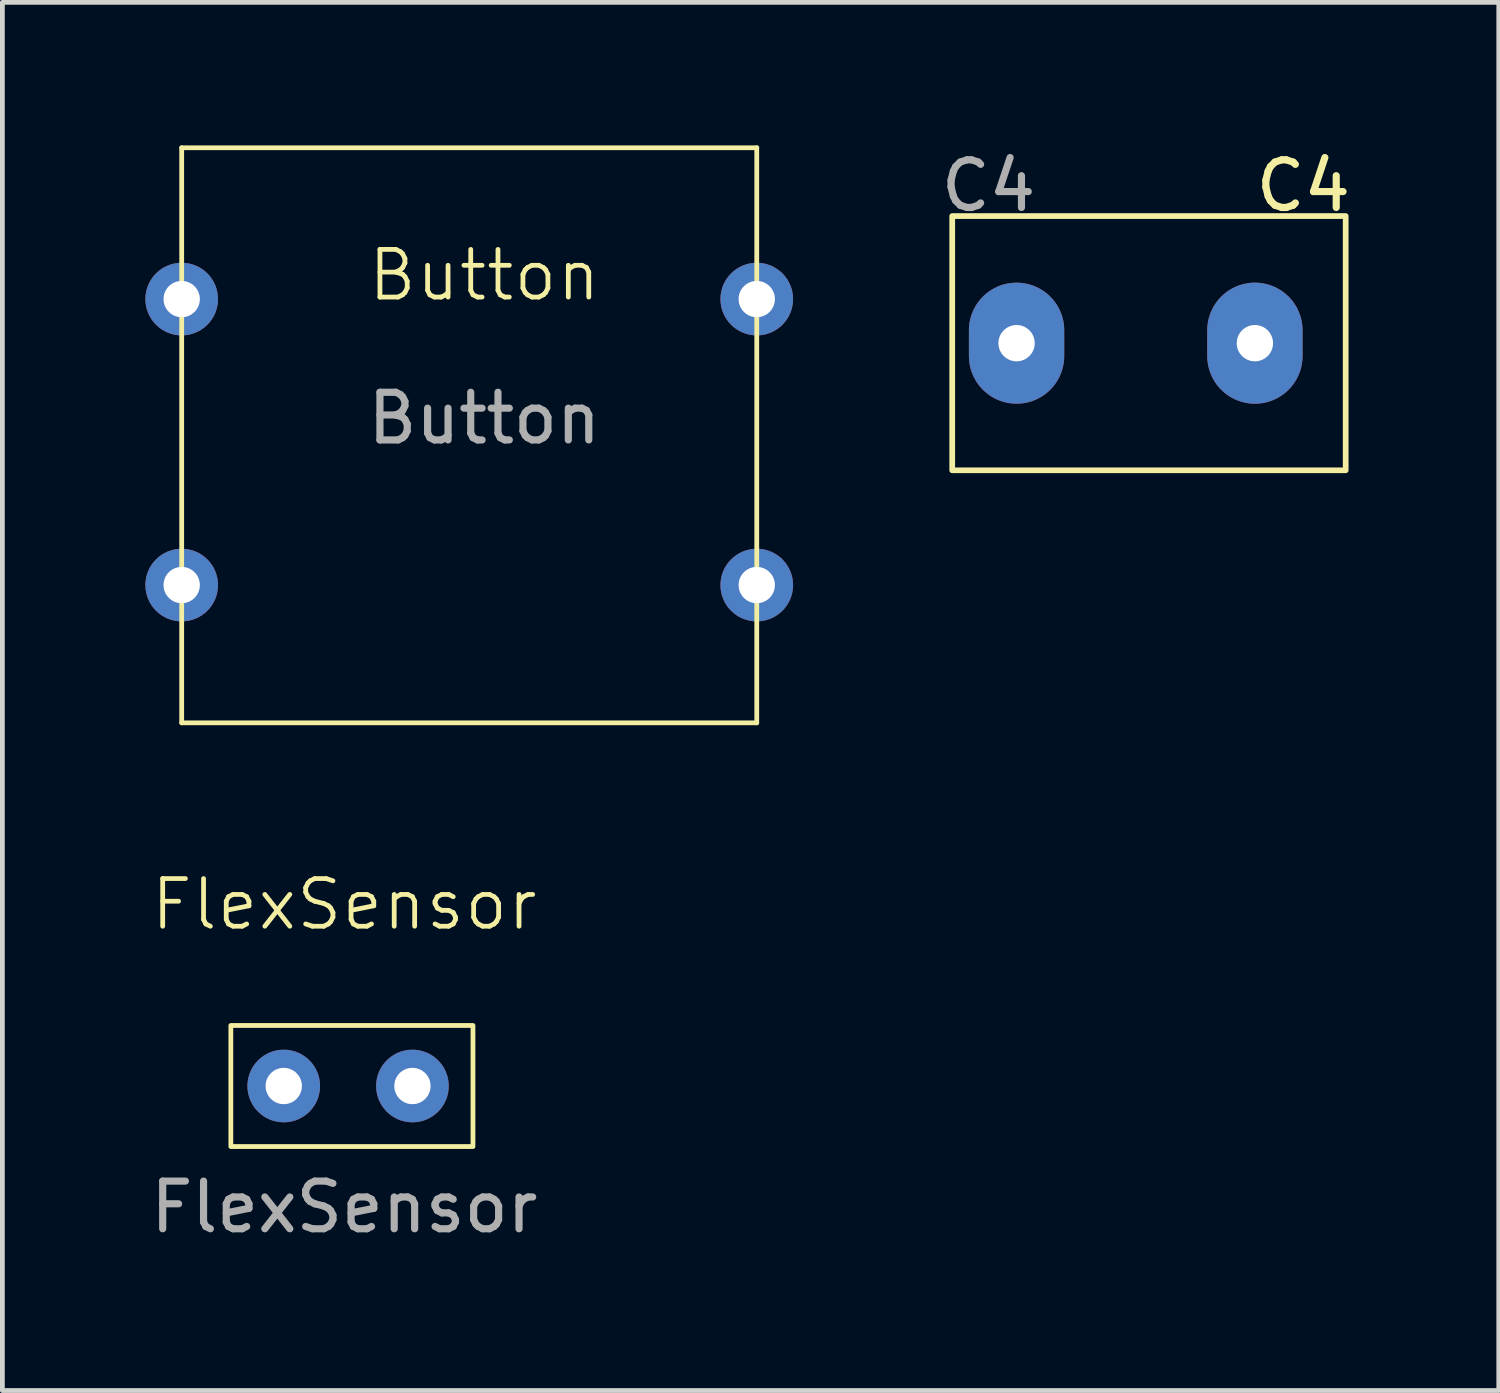
<source format=kicad_pcb>
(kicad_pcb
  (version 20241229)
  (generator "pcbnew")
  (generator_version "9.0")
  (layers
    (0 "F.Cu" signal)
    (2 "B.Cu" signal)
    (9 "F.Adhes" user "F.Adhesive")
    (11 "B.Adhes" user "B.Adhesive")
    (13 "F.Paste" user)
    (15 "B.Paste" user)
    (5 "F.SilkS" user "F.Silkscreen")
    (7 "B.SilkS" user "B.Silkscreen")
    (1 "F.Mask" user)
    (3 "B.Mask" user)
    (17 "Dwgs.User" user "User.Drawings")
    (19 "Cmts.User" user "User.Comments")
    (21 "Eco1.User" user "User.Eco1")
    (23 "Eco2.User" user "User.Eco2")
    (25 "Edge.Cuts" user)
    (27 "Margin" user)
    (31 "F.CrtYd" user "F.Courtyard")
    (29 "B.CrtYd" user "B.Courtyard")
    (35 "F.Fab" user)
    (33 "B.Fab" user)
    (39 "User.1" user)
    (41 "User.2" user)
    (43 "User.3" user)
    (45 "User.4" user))
  (footprint "C4"
    (layer "F.Cu")
    (at 20.738 1.61)
    (property "Reference" "C4" (at 3.556 -0.762 0) (unlocked yes) (layer "F.SilkS") (effects (font (size 1 1) (thickness 0.15))))
    (attr through_hole)
    (fp_rect (start -3.81 -0.127) (end 4.445 5.207) (stroke (width 0.12) (type solid)) (fill no) (layer "F.SilkS"))
    (fp_text user "${REFERENCE}" (at -3.048 -0.762 0) (unlocked yes) (layer "F.Fab") (effects (font (size 1 1) (thickness 0.15))))
    (pad "1" thru_hole oval (at -2.46 2.54) (size 2 2.54) (drill 0.762) (layers "*.Cu" "*.Mask"))
    (pad "2" thru_hole oval (at 2.54 2.54) (size 2 2.54) (drill 0.762) (layers "*.Cu" "*.Mask")))
  (footprint "FlexSensor"
    (layer "F.Cu")
    (at 4.173 18.465)
    (property "Reference" "FlexSensor" (at 0 -2.54 0) (unlocked yes) (layer "F.SilkS") (effects (font (size 1 1) (thickness 0.1))))
    (attr through_hole)
    (fp_rect (start -2.38 0) (end 2.7 2.54) (stroke (width 0.1) (type default)) (fill no) (layer "F.SilkS"))
    (fp_text user "${REFERENCE}" (at 0 3.81 0) (unlocked yes) (layer "F.Fab") (effects (font (size 1 1) (thickness 0.15))))
    (pad "1" thru_hole circle (at -1.27 1.27) (size 1.524 1.524) (drill 0.762) (layers "*.Cu" "*.Mask"))
    (pad "2" thru_hole circle (at 1.43 1.27) (size 1.524 1.524) (drill 0.762) (layers "*.Cu" "*.Mask")))
  (footprint "Button"
    (layer "F.Cu")
    (at 7.112 3.225)
    (property "Reference" "Button" (at 0 -0.5 0) (unlocked yes) (layer "F.SilkS") (effects (font (size 1 1) (thickness 0.1))))
    (attr through_hole)
    (fp_line (start -6.35 -3.175) (end 5.715 -3.175) (stroke (width 0.1) (type default)) (layer "F.SilkS"))
    (fp_line (start -6.35 8.89) (end -6.35 -3.175) (stroke (width 0.1) (type default)) (layer "F.SilkS"))
    (fp_line (start 5.715 -3.175) (end 5.715 8.89) (stroke (width 0.1) (type default)) (layer "F.SilkS"))
    (fp_line (start 5.715 8.89) (end -6.35 8.89) (stroke (width 0.1) (type default)) (layer "F.SilkS"))
    (fp_text user "${REFERENCE}" (at 0 2.5 0) (unlocked yes) (layer "F.Fab") (effects (font (size 1 1) (thickness 0.15))))
    (pad "1" thru_hole circle (at -6.35 6) (size 1.524 1.524) (drill 0.762) (layers "*.Cu" "*.Mask"))
    (pad "2" thru_hole circle (at -6.35 0) (size 1.524 1.524) (drill 0.762) (layers "*.Cu" "*.Mask"))
    (pad "3" thru_hole circle (at 5.715 6) (size 1.524 1.524) (drill 0.762) (layers "*.Cu" "*.Mask"))
    (pad "4" thru_hole circle (at 5.715 0) (size 1.524 1.524) (drill 0.762) (layers "*.Cu" "*.Mask")))
  (gr_rect
    (start -3 -3)
    (end 28.395 26.124)
    (stroke (width 0.1) (type default))
    (fill no)
    (layer "Edge.Cuts")))
</source>
